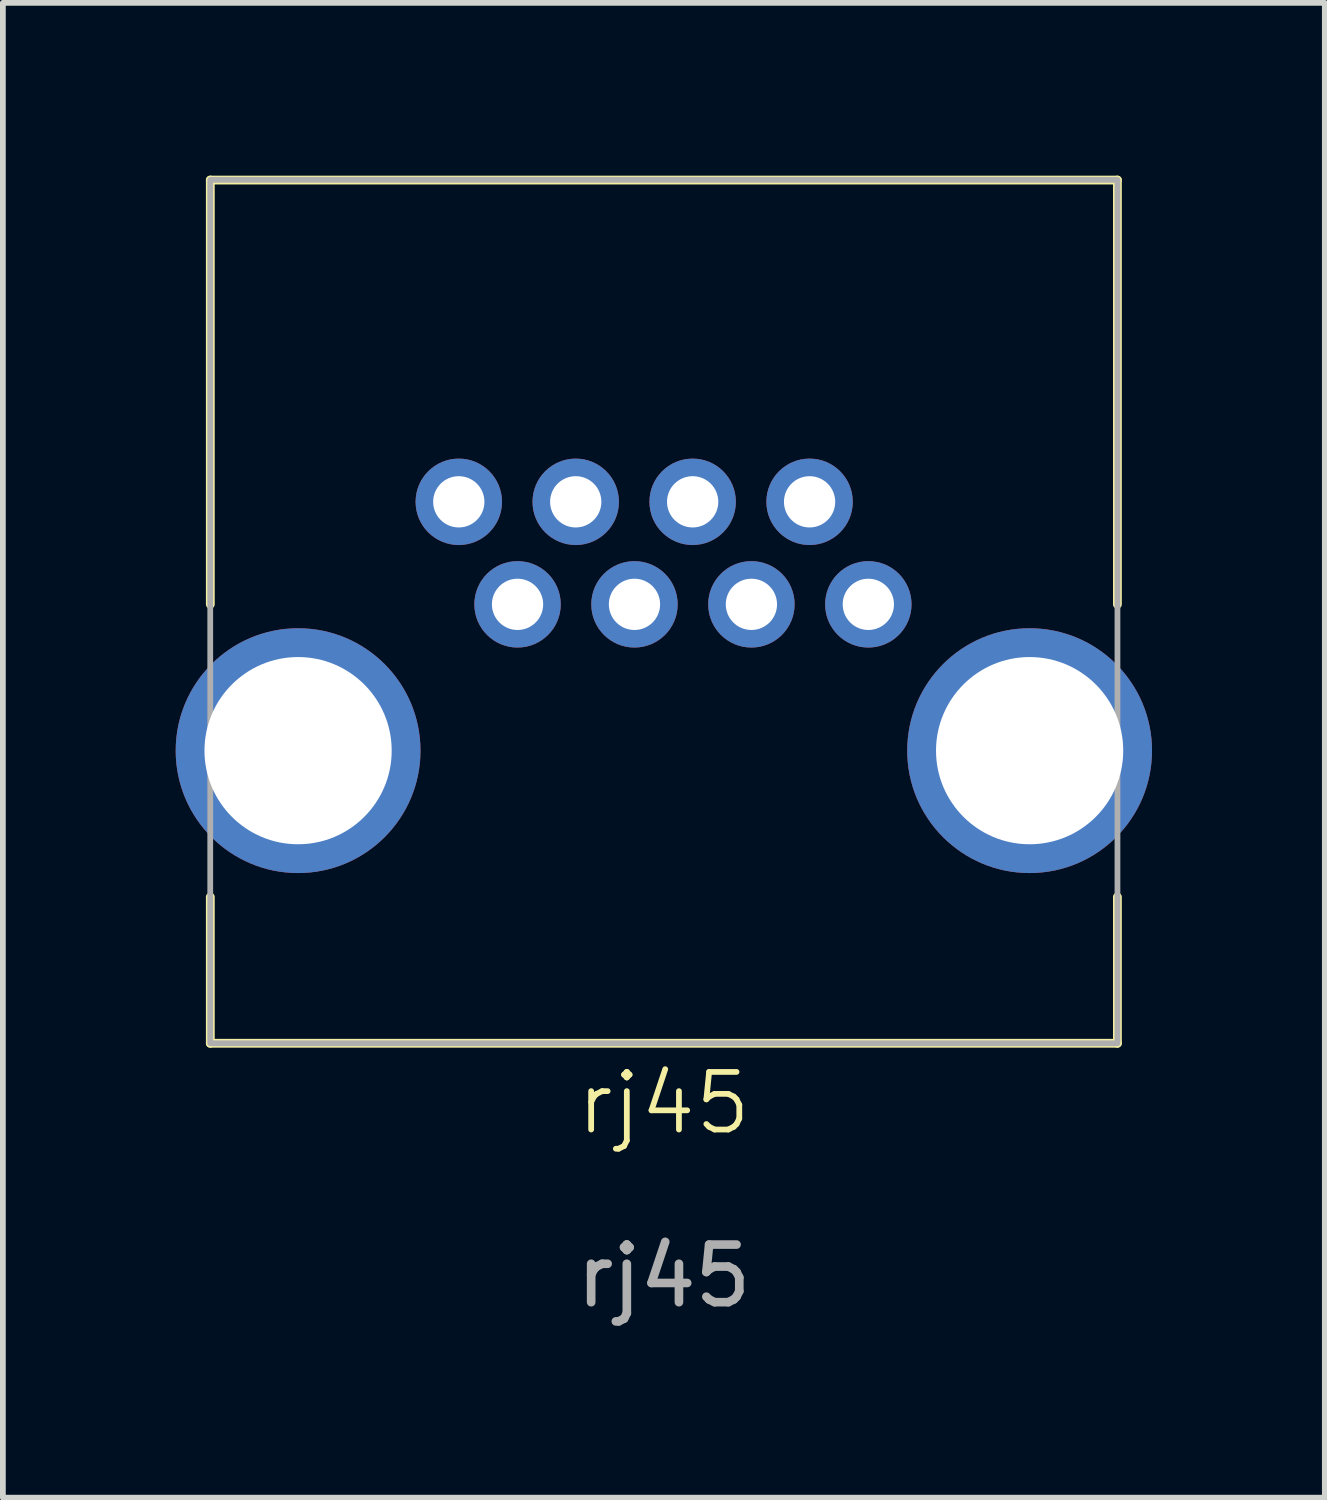
<source format=kicad_pcb>
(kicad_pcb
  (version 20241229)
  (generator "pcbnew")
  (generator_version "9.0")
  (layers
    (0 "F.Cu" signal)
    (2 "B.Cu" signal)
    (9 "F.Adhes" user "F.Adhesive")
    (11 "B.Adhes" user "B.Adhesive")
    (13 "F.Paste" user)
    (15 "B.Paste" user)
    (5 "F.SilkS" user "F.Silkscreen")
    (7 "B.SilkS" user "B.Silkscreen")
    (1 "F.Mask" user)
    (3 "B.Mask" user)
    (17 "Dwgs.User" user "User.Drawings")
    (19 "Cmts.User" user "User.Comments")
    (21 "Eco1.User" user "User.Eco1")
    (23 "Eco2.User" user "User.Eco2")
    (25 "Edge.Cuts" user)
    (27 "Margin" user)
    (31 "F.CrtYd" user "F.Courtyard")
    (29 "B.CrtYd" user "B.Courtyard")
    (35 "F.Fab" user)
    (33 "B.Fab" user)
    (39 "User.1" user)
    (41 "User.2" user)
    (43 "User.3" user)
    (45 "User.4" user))
  (footprint "rj45"
    (layer "F.Cu")
    (at 8.475 9.982)
    (property "Reference" "rj45" (at 0 6.12 0) (unlocked yes) (layer "F.SilkS") (effects (font (size 1 1) (thickness 0.1))))
    (attr through_hole)
    (fp_line (start -7.874 -9.906) (end -7.874 -2.54) (stroke (width 0.153) (type default)) (layer "F.SilkS"))
    (fp_line (start -7.874 -9.906) (end 7.874 -9.906) (stroke (width 0.153) (type default)) (layer "F.SilkS"))
    (fp_line (start -7.874 5.08) (end -7.874 2.54) (stroke (width 0.153) (type default)) (layer "F.SilkS"))
    (fp_line (start -7.874 5.08) (end 7.874 5.08) (stroke (width 0.153) (type default)) (layer "F.SilkS"))
    (fp_line (start 7.874 -9.906) (end 7.874 -2.54) (stroke (width 0.153) (type default)) (layer "F.SilkS"))
    (fp_line (start 7.874 5.08) (end 7.874 2.54) (stroke (width 0.153) (type default)) (layer "F.SilkS"))
    (fp_rect (start -7.875 -9.91) (end 7.875 5.08) (stroke (width 0.1) (type default)) (fill no) (layer "F.Fab"))
    (fp_text user "${REFERENCE}" (at 0 9.12 0) (unlocked yes) (layer "F.Fab") (effects (font (size 1 1) (thickness 0.15))))
    (pad "" np_thru_hole circle (at -6.35 0) (size 4.25 4.25) (drill 3.25) (layers "*.Cu" "*.Mask"))
    (pad "" np_thru_hole circle (at 6.35 0) (size 4.25 4.25) (drill 3.25) (layers "*.Cu" "*.Mask"))
    (pad "1" thru_hole circle (at 3.55 -2.54) (size 1.5 1.5) (drill 0.89) (layers "*.Cu" "*.Mask"))
    (pad "2" thru_hole circle (at 2.53 -4.32) (size 1.5 1.5) (drill 0.89) (layers "*.Cu" "*.Mask"))
    (pad "3" thru_hole circle (at 1.52 -2.54) (size 1.5 1.5) (drill 0.89) (layers "*.Cu" "*.Mask"))
    (pad "4" thru_hole circle (at 0.5 -4.32) (size 1.5 1.5) (drill 0.89) (layers "*.Cu" "*.Mask"))
    (pad "5" thru_hole circle (at -0.51 -2.54) (size 1.5 1.5) (drill 0.89) (layers "*.Cu" "*.Mask"))
    (pad "6" thru_hole circle (at -1.53 -4.32) (size 1.5 1.5) (drill 0.89) (layers "*.Cu" "*.Mask"))
    (pad "7" thru_hole circle (at -2.54 -2.54) (size 1.5 1.5) (drill 0.89) (layers "*.Cu" "*.Mask"))
    (pad "8" thru_hole circle (at -3.56 -4.32) (size 1.5 1.5) (drill 0.89) (layers "*.Cu" "*.Mask")))
  (gr_rect
    (start -3 -3)
    (end 19.95 22.951)
    (stroke (width 0.1) (type default))
    (fill no)
    (layer "Edge.Cuts")))
</source>
